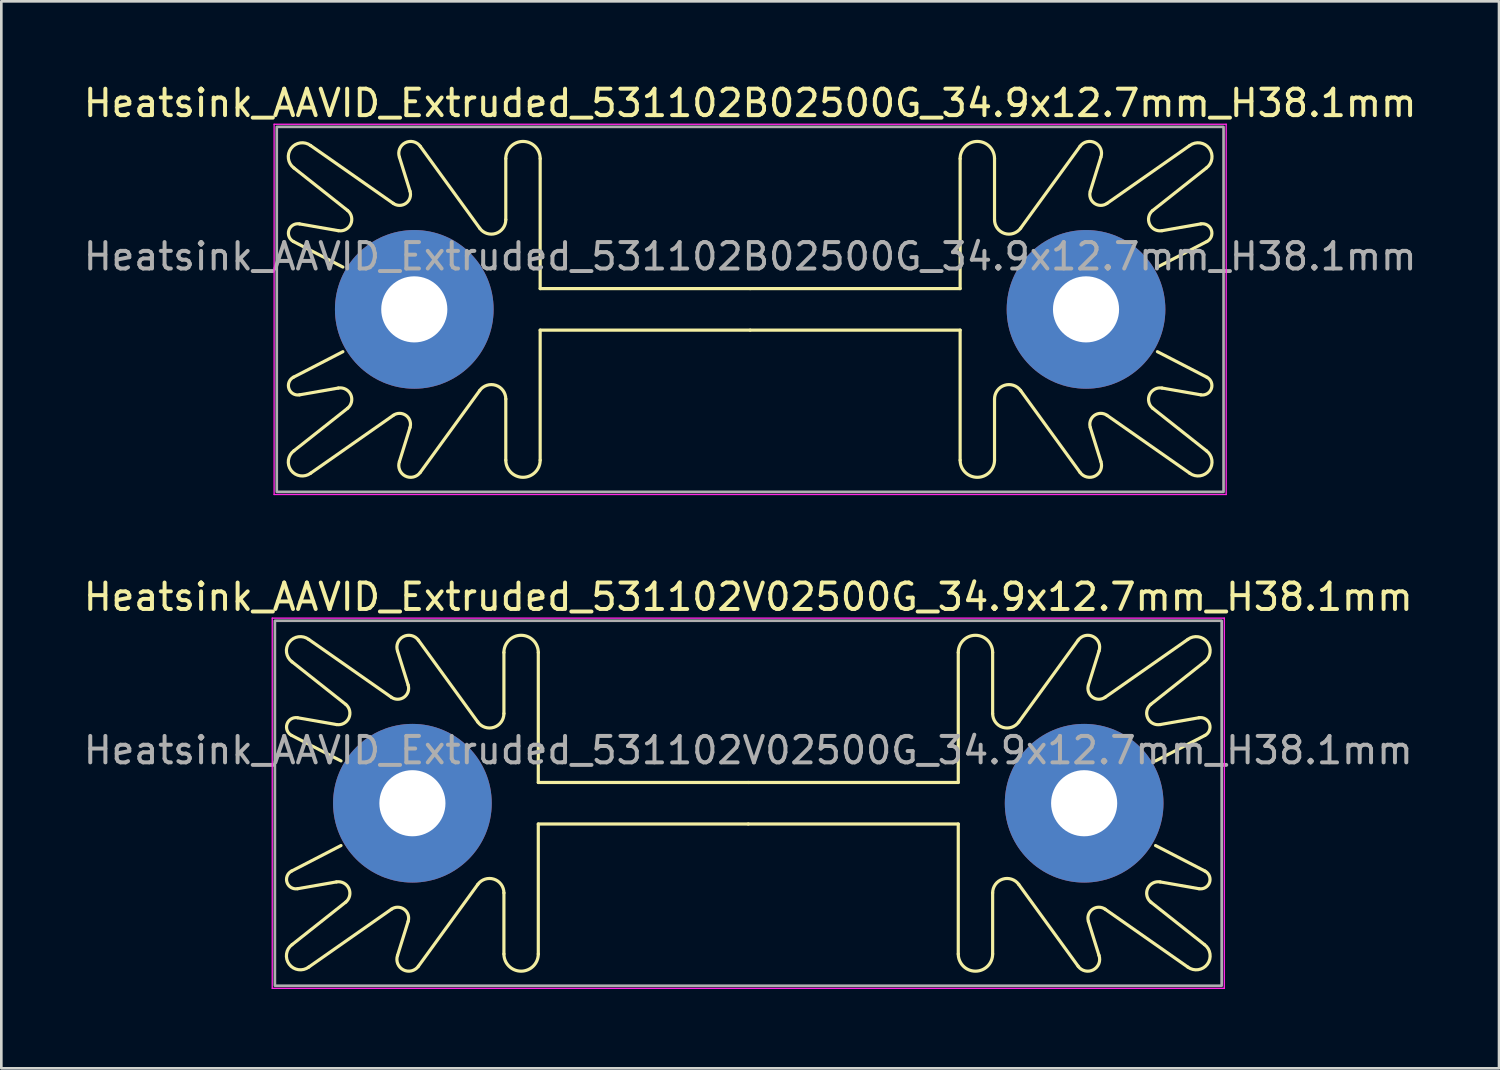
<source format=kicad_pcb>
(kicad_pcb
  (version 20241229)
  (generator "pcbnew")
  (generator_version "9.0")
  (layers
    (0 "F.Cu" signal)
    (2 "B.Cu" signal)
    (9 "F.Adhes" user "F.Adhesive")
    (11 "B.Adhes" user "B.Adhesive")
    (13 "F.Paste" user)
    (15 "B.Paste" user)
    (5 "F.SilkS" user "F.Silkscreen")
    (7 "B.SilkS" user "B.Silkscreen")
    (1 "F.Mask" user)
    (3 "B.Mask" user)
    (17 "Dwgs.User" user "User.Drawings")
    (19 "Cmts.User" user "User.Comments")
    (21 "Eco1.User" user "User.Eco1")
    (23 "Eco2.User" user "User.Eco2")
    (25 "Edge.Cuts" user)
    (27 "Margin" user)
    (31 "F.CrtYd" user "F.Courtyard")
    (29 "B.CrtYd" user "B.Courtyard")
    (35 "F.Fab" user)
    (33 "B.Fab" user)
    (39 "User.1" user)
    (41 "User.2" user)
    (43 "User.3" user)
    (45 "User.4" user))
  (footprint "Heatsink_AAVID_Extruded_531102B02500G_34.9x12.7mm_H38.1mm"
    (layer "F.Cu")
    (at 25.315 8.648)
    (property "Reference" "Heatsink_AAVID_Extruded_531102B02500G_34.9x12.7mm_H38.1mm" (at 0 -7.8 0) (layer "F.SilkS") (effects (font (size 1 1) (thickness 0.15))))
    (attr through_hole)
    (fp_line (start -17.251 -5.347) (end -15.22 -3.738) (stroke (width 0.12) (type default)) (layer "F.SilkS"))
    (fp_line (start -17.251 5.347) (end -15.22 3.738) (stroke (width 0.12) (type default)) (layer "F.SilkS"))
    (fp_line (start -17.041 -3.232) (end -15.573 -2.975) (stroke (width 0.12) (type default)) (layer "F.SilkS"))
    (fp_line (start -17.041 3.232) (end -15.573 2.975) (stroke (width 0.12) (type default)) (layer "F.SilkS"))
    (fp_line (start -16.62 -6.195) (end -13.494 -4.007) (stroke (width 0.12) (type default)) (layer "F.SilkS"))
    (fp_line (start -16.62 6.195) (end -13.494 4.007) (stroke (width 0.12) (type default)) (layer "F.SilkS"))
    (fp_line (start -15.4 -1.6) (end -17.269 -2.565) (stroke (width 0.12) (type default)) (layer "F.SilkS"))
    (fp_line (start -15.4 1.6) (end -17.269 2.565) (stroke (width 0.12) (type default)) (layer "F.SilkS"))
    (fp_line (start -13.262 -5.755) (end -12.861 -4.467) (stroke (width 0.12) (type default)) (layer "F.SilkS"))
    (fp_line (start -13.262 5.755) (end -12.861 4.467) (stroke (width 0.12) (type default)) (layer "F.SilkS"))
    (fp_line (start -12.474 -6.165) (end -10.227 -3.07) (stroke (width 0.12) (type default)) (layer "F.SilkS"))
    (fp_line (start -12.474 6.165) (end -10.227 3.07) (stroke (width 0.12) (type default)) (layer "F.SilkS"))
    (fp_line (start -9.24 -3.39) (end -9.24 -5.7) (stroke (width 0.12) (type default)) (layer "F.SilkS"))
    (fp_line (start -9.24 3.39) (end -9.24 5.7) (stroke (width 0.12) (type default)) (layer "F.SilkS"))
    (fp_line (start -7.94 -5.7) (end -7.94 -0.785) (stroke (width 0.12) (type default)) (layer "F.SilkS"))
    (fp_line (start -7.94 -0.785) (end 0 -0.785) (stroke (width 0.12) (type default)) (layer "F.SilkS"))
    (fp_line (start -7.94 0.785) (end 0 0.785) (stroke (width 0.12) (type default)) (layer "F.SilkS"))
    (fp_line (start -7.94 5.7) (end -7.94 0.785) (stroke (width 0.12) (type default)) (layer "F.SilkS"))
    (fp_line (start 7.94 -5.7) (end 7.94 -0.785) (stroke (width 0.12) (type default)) (layer "F.SilkS"))
    (fp_line (start 7.94 -0.785) (end 0 -0.785) (stroke (width 0.12) (type default)) (layer "F.SilkS"))
    (fp_line (start 7.94 0.785) (end 0 0.785) (stroke (width 0.12) (type default)) (layer "F.SilkS"))
    (fp_line (start 7.94 5.7) (end 7.94 0.785) (stroke (width 0.12) (type default)) (layer "F.SilkS"))
    (fp_line (start 9.24 -3.39) (end 9.24 -5.7) (stroke (width 0.12) (type default)) (layer "F.SilkS"))
    (fp_line (start 9.24 3.39) (end 9.24 5.7) (stroke (width 0.12) (type default)) (layer "F.SilkS"))
    (fp_line (start 12.474 -6.165) (end 10.227 -3.07) (stroke (width 0.12) (type default)) (layer "F.SilkS"))
    (fp_line (start 12.474 6.165) (end 10.227 3.07) (stroke (width 0.12) (type default)) (layer "F.SilkS"))
    (fp_line (start 13.262 -5.755) (end 12.861 -4.467) (stroke (width 0.12) (type default)) (layer "F.SilkS"))
    (fp_line (start 13.262 5.755) (end 12.861 4.467) (stroke (width 0.12) (type default)) (layer "F.SilkS"))
    (fp_line (start 15.4 -1.6) (end 17.269 -2.565) (stroke (width 0.12) (type default)) (layer "F.SilkS"))
    (fp_line (start 15.4 1.6) (end 17.269 2.565) (stroke (width 0.12) (type default)) (layer "F.SilkS"))
    (fp_line (start 16.62 -6.195) (end 13.494 -4.007) (stroke (width 0.12) (type default)) (layer "F.SilkS"))
    (fp_line (start 16.62 6.195) (end 13.494 4.007) (stroke (width 0.12) (type default)) (layer "F.SilkS"))
    (fp_line (start 17.041 -3.232) (end 15.573 -2.975) (stroke (width 0.12) (type default)) (layer "F.SilkS"))
    (fp_line (start 17.041 3.232) (end 15.573 2.975) (stroke (width 0.12) (type default)) (layer "F.SilkS"))
    (fp_line (start 17.251 -5.347) (end 15.22 -3.738) (stroke (width 0.12) (type default)) (layer "F.SilkS"))
    (fp_line (start 17.251 5.347) (end 15.22 3.738) (stroke (width 0.12) (type default)) (layer "F.SilkS"))
    (fp_arc (start -17.269214 -2.565036) (mid -17.440597 -2.996056) (end -17.041391 -3.232244) (stroke (width 0.12) (type default)) (layer "F.SilkS"))
    (fp_arc (start -17.251322 -5.347047) (mid -17.35513 -6.083544) (end -16.619722 -6.194806) (stroke (width 0.12) (type default)) (layer "F.SilkS"))
    (fp_arc (start -17.041391 3.232244) (mid -17.440597 2.996056) (end -17.269214 2.565036) (stroke (width 0.12) (type default)) (layer "F.SilkS"))
    (fp_arc (start -16.619722 6.194806) (mid -17.35513 6.083544) (end -17.251322 5.347047) (stroke (width 0.12) (type default)) (layer "F.SilkS"))
    (fp_arc (start -15.573285 2.975325) (mid -15.103475 3.221267) (end -15.220495 3.738486) (stroke (width 0.12) (type default)) (layer "F.SilkS"))
    (fp_arc (start -15.220495 -3.738486) (mid -15.103476 -3.221268) (end -15.573285 -2.975325) (stroke (width 0.12) (type default)) (layer "F.SilkS"))
    (fp_arc (start -13.494196 4.006938) (mid -13.013649 4.011159) (end -12.86112 4.466876) (stroke (width 0.12) (type default)) (layer "F.SilkS"))
    (fp_arc (start -13.262222 -5.754806) (mid -13.044559 -6.299541) (end -12.473631 -6.164803) (stroke (width 0.12) (type default)) (layer "F.SilkS"))
    (fp_arc (start -12.86112 -4.466876) (mid -13.013649 -4.011159) (end -13.494196 -4.006938) (stroke (width 0.12) (type default)) (layer "F.SilkS"))
    (fp_arc (start -12.473631 6.164803) (mid -13.044559 6.299541) (end -13.262222 5.754806) (stroke (width 0.12) (type default)) (layer "F.SilkS"))
    (fp_arc (start -10.227108 3.069551) (mid -9.617107 2.871094) (end -9.24 3.390015) (stroke (width 0.12) (type default)) (layer "F.SilkS"))
    (fp_arc (start -9.24 -5.700005) (mid -8.589998 -6.34999) (end -7.94 -5.7) (stroke (width 0.12) (type default)) (layer "F.SilkS"))
    (fp_arc (start -9.24 -3.390015) (mid -9.617106 -2.871091) (end -10.227108 -3.069551) (stroke (width 0.12) (type default)) (layer "F.SilkS"))
    (fp_arc (start -7.94 5.7) (mid -8.589998 6.34999) (end -9.24 5.700005) (stroke (width 0.12) (type default)) (layer "F.SilkS"))
    (fp_arc (start 7.94 -5.7) (mid 8.589997 -6.35) (end 9.24 -5.700005) (stroke (width 0.12) (type default)) (layer "F.SilkS"))
    (fp_arc (start 9.24 3.390015) (mid 9.617118 2.871065) (end 10.227108 3.069551) (stroke (width 0.12) (type default)) (layer "F.SilkS"))
    (fp_arc (start 9.24 5.700005) (mid 8.589998 6.35) (end 7.94 5.7) (stroke (width 0.12) (type default)) (layer "F.SilkS"))
    (fp_arc (start 10.227108 -3.069551) (mid 9.617136 -2.87112) (end 9.24 -3.390015) (stroke (width 0.12) (type default)) (layer "F.SilkS"))
    (fp_arc (start 12.473631 -6.164803) (mid 13.044573 -6.29957) (end 13.262222 -5.754806) (stroke (width 0.12) (type default)) (layer "F.SilkS"))
    (fp_arc (start 12.86112 4.466876) (mid 13.013648 4.011156) (end 13.494196 4.006938) (stroke (width 0.12) (type default)) (layer "F.SilkS"))
    (fp_arc (start 13.262222 5.754806) (mid 13.044557 6.299538) (end 12.473631 6.164803) (stroke (width 0.12) (type default)) (layer "F.SilkS"))
    (fp_arc (start 13.494196 -4.006938) (mid 13.013654 -4.011181) (end 12.86112 -4.466876) (stroke (width 0.12) (type default)) (layer "F.SilkS"))
    (fp_arc (start 15.220495 3.738486) (mid 15.103486 3.221284) (end 15.573285 2.975325) (stroke (width 0.12) (type default)) (layer "F.SilkS"))
    (fp_arc (start 15.573285 -2.975325) (mid 15.103462 -3.221272) (end 15.220495 -3.738486) (stroke (width 0.12) (type default)) (layer "F.SilkS"))
    (fp_arc (start 16.619722 -6.194806) (mid 17.355106 -6.08352) (end 17.251322 -5.347047) (stroke (width 0.12) (type default)) (layer "F.SilkS"))
    (fp_arc (start 17.041391 -3.232244) (mid 17.440636 -2.99603) (end 17.269214 -2.565036) (stroke (width 0.12) (type default)) (layer "F.SilkS"))
    (fp_arc (start 17.251322 5.347047) (mid 17.355097 6.083513) (end 16.619722 6.194806) (stroke (width 0.12) (type default)) (layer "F.SilkS"))
    (fp_arc (start 17.269214 2.565036) (mid 17.440597 2.996059) (end 17.041391 3.232244) (stroke (width 0.12) (type default)) (layer "F.SilkS"))
    (fp_line (start -18 -7) (end -18 7) (stroke (width 0.05) (type solid)) (layer "F.CrtYd"))
    (fp_line (start -18 -7) (end 18 -7) (stroke (width 0.05) (type solid)) (layer "F.CrtYd"))
    (fp_line (start 18 7) (end -18 7) (stroke (width 0.05) (type solid)) (layer "F.CrtYd"))
    (fp_line (start 18 7) (end 18 -7) (stroke (width 0.05) (type solid)) (layer "F.CrtYd"))
    (fp_rect (start -17.9 -6.9) (end 17.9 6.9) (stroke (width 0.1) (type default)) (fill no) (layer "F.Fab"))
    (fp_text user "${REFERENCE}" (at 0 -2 0) (layer "F.Fab") (effects (font (size 1 1) (thickness 0.15))))
    (pad "1" thru_hole circle (at -12.7 0) (size 6 6) (drill 2.5) (layers "*.Cu" "*.Mask"))
    (pad "1" thru_hole circle (at 12.7 0) (size 6 6) (drill 2.5) (layers "*.Cu" "*.Mask")))
  (footprint "Heatsink_AAVID_Extruded_531102V02500G_34.9x12.7mm_H38.1mm"
    (layer "F.Cu")
    (at 25.244 27.322)
    (property "Reference" "Heatsink_AAVID_Extruded_531102V02500G_34.9x12.7mm_H38.1mm" (at 0 -7.8 0) (layer "F.SilkS") (effects (font (size 1 1) (thickness 0.15))))
    (attr through_hole)
    (fp_line (start -17.251 -5.347) (end -15.22 -3.738) (stroke (width 0.12) (type default)) (layer "F.SilkS"))
    (fp_line (start -17.251 5.347) (end -15.22 3.738) (stroke (width 0.12) (type default)) (layer "F.SilkS"))
    (fp_line (start -17.041 -3.232) (end -15.573 -2.975) (stroke (width 0.12) (type default)) (layer "F.SilkS"))
    (fp_line (start -17.041 3.232) (end -15.573 2.975) (stroke (width 0.12) (type default)) (layer "F.SilkS"))
    (fp_line (start -16.62 -6.195) (end -13.494 -4.007) (stroke (width 0.12) (type default)) (layer "F.SilkS"))
    (fp_line (start -16.62 6.195) (end -13.494 4.007) (stroke (width 0.12) (type default)) (layer "F.SilkS"))
    (fp_line (start -15.4 -1.6) (end -17.269 -2.565) (stroke (width 0.12) (type default)) (layer "F.SilkS"))
    (fp_line (start -15.4 1.6) (end -17.269 2.565) (stroke (width 0.12) (type default)) (layer "F.SilkS"))
    (fp_line (start -13.262 -5.755) (end -12.861 -4.467) (stroke (width 0.12) (type default)) (layer "F.SilkS"))
    (fp_line (start -13.262 5.755) (end -12.861 4.467) (stroke (width 0.12) (type default)) (layer "F.SilkS"))
    (fp_line (start -12.474 -6.165) (end -10.227 -3.07) (stroke (width 0.12) (type default)) (layer "F.SilkS"))
    (fp_line (start -12.474 6.165) (end -10.227 3.07) (stroke (width 0.12) (type default)) (layer "F.SilkS"))
    (fp_line (start -9.24 -3.39) (end -9.24 -5.7) (stroke (width 0.12) (type default)) (layer "F.SilkS"))
    (fp_line (start -9.24 3.39) (end -9.24 5.7) (stroke (width 0.12) (type default)) (layer "F.SilkS"))
    (fp_line (start -7.94 -5.7) (end -7.94 -0.785) (stroke (width 0.12) (type default)) (layer "F.SilkS"))
    (fp_line (start -7.94 -0.785) (end 0 -0.785) (stroke (width 0.12) (type default)) (layer "F.SilkS"))
    (fp_line (start -7.94 0.785) (end 0 0.785) (stroke (width 0.12) (type default)) (layer "F.SilkS"))
    (fp_line (start -7.94 5.7) (end -7.94 0.785) (stroke (width 0.12) (type default)) (layer "F.SilkS"))
    (fp_line (start 7.94 -5.7) (end 7.94 -0.785) (stroke (width 0.12) (type default)) (layer "F.SilkS"))
    (fp_line (start 7.94 -0.785) (end 0 -0.785) (stroke (width 0.12) (type default)) (layer "F.SilkS"))
    (fp_line (start 7.94 0.785) (end 0 0.785) (stroke (width 0.12) (type default)) (layer "F.SilkS"))
    (fp_line (start 7.94 5.7) (end 7.94 0.785) (stroke (width 0.12) (type default)) (layer "F.SilkS"))
    (fp_line (start 9.24 -3.39) (end 9.24 -5.7) (stroke (width 0.12) (type default)) (layer "F.SilkS"))
    (fp_line (start 9.24 3.39) (end 9.24 5.7) (stroke (width 0.12) (type default)) (layer "F.SilkS"))
    (fp_line (start 12.474 -6.165) (end 10.227 -3.07) (stroke (width 0.12) (type default)) (layer "F.SilkS"))
    (fp_line (start 12.474 6.165) (end 10.227 3.07) (stroke (width 0.12) (type default)) (layer "F.SilkS"))
    (fp_line (start 13.262 -5.755) (end 12.861 -4.467) (stroke (width 0.12) (type default)) (layer "F.SilkS"))
    (fp_line (start 13.262 5.755) (end 12.861 4.467) (stroke (width 0.12) (type default)) (layer "F.SilkS"))
    (fp_line (start 15.4 -1.6) (end 17.269 -2.565) (stroke (width 0.12) (type default)) (layer "F.SilkS"))
    (fp_line (start 15.4 1.6) (end 17.269 2.565) (stroke (width 0.12) (type default)) (layer "F.SilkS"))
    (fp_line (start 16.62 -6.195) (end 13.494 -4.007) (stroke (width 0.12) (type default)) (layer "F.SilkS"))
    (fp_line (start 16.62 6.195) (end 13.494 4.007) (stroke (width 0.12) (type default)) (layer "F.SilkS"))
    (fp_line (start 17.041 -3.232) (end 15.573 -2.975) (stroke (width 0.12) (type default)) (layer "F.SilkS"))
    (fp_line (start 17.041 3.232) (end 15.573 2.975) (stroke (width 0.12) (type default)) (layer "F.SilkS"))
    (fp_line (start 17.251 -5.347) (end 15.22 -3.738) (stroke (width 0.12) (type default)) (layer "F.SilkS"))
    (fp_line (start 17.251 5.347) (end 15.22 3.738) (stroke (width 0.12) (type default)) (layer "F.SilkS"))
    (fp_arc (start -17.269214 -2.565036) (mid -17.440597 -2.996056) (end -17.041391 -3.232244) (stroke (width 0.12) (type default)) (layer "F.SilkS"))
    (fp_arc (start -17.251322 -5.347047) (mid -17.35513 -6.083544) (end -16.619722 -6.194806) (stroke (width 0.12) (type default)) (layer "F.SilkS"))
    (fp_arc (start -17.041391 3.232244) (mid -17.440597 2.996056) (end -17.269214 2.565036) (stroke (width 0.12) (type default)) (layer "F.SilkS"))
    (fp_arc (start -16.619722 6.194806) (mid -17.35513 6.083544) (end -17.251322 5.347047) (stroke (width 0.12) (type default)) (layer "F.SilkS"))
    (fp_arc (start -15.573285 2.975325) (mid -15.103475 3.221267) (end -15.220495 3.738486) (stroke (width 0.12) (type default)) (layer "F.SilkS"))
    (fp_arc (start -15.220495 -3.738486) (mid -15.103476 -3.221268) (end -15.573285 -2.975325) (stroke (width 0.12) (type default)) (layer "F.SilkS"))
    (fp_arc (start -13.494196 4.006938) (mid -13.013649 4.011159) (end -12.86112 4.466876) (stroke (width 0.12) (type default)) (layer "F.SilkS"))
    (fp_arc (start -13.262222 -5.754806) (mid -13.044559 -6.299541) (end -12.473631 -6.164803) (stroke (width 0.12) (type default)) (layer "F.SilkS"))
    (fp_arc (start -12.86112 -4.466876) (mid -13.013649 -4.011159) (end -13.494196 -4.006938) (stroke (width 0.12) (type default)) (layer "F.SilkS"))
    (fp_arc (start -12.473631 6.164803) (mid -13.044559 6.299541) (end -13.262222 5.754806) (stroke (width 0.12) (type default)) (layer "F.SilkS"))
    (fp_arc (start -10.227108 3.069551) (mid -9.617107 2.871094) (end -9.24 3.390015) (stroke (width 0.12) (type default)) (layer "F.SilkS"))
    (fp_arc (start -9.24 -5.700005) (mid -8.589998 -6.34999) (end -7.94 -5.7) (stroke (width 0.12) (type default)) (layer "F.SilkS"))
    (fp_arc (start -9.24 -3.390015) (mid -9.617106 -2.871091) (end -10.227108 -3.069551) (stroke (width 0.12) (type default)) (layer "F.SilkS"))
    (fp_arc (start -7.94 5.7) (mid -8.589998 6.34999) (end -9.24 5.700005) (stroke (width 0.12) (type default)) (layer "F.SilkS"))
    (fp_arc (start 7.94 -5.7) (mid 8.589997 -6.35) (end 9.24 -5.700005) (stroke (width 0.12) (type default)) (layer "F.SilkS"))
    (fp_arc (start 9.24 3.390015) (mid 9.617118 2.871065) (end 10.227108 3.069551) (stroke (width 0.12) (type default)) (layer "F.SilkS"))
    (fp_arc (start 9.24 5.700005) (mid 8.589998 6.35) (end 7.94 5.7) (stroke (width 0.12) (type default)) (layer "F.SilkS"))
    (fp_arc (start 10.227108 -3.069551) (mid 9.617136 -2.87112) (end 9.24 -3.390015) (stroke (width 0.12) (type default)) (layer "F.SilkS"))
    (fp_arc (start 12.473631 -6.164803) (mid 13.044573 -6.29957) (end 13.262222 -5.754806) (stroke (width 0.12) (type default)) (layer "F.SilkS"))
    (fp_arc (start 12.86112 4.466876) (mid 13.013648 4.011156) (end 13.494196 4.006938) (stroke (width 0.12) (type default)) (layer "F.SilkS"))
    (fp_arc (start 13.262222 5.754806) (mid 13.044557 6.299538) (end 12.473631 6.164803) (stroke (width 0.12) (type default)) (layer "F.SilkS"))
    (fp_arc (start 13.494196 -4.006938) (mid 13.013654 -4.011181) (end 12.86112 -4.466876) (stroke (width 0.12) (type default)) (layer "F.SilkS"))
    (fp_arc (start 15.220495 3.738486) (mid 15.103486 3.221284) (end 15.573285 2.975325) (stroke (width 0.12) (type default)) (layer "F.SilkS"))
    (fp_arc (start 15.573285 -2.975325) (mid 15.103462 -3.221272) (end 15.220495 -3.738486) (stroke (width 0.12) (type default)) (layer "F.SilkS"))
    (fp_arc (start 16.619722 -6.194806) (mid 17.355106 -6.08352) (end 17.251322 -5.347047) (stroke (width 0.12) (type default)) (layer "F.SilkS"))
    (fp_arc (start 17.041391 -3.232244) (mid 17.440636 -2.99603) (end 17.269214 -2.565036) (stroke (width 0.12) (type default)) (layer "F.SilkS"))
    (fp_arc (start 17.251322 5.347047) (mid 17.355097 6.083513) (end 16.619722 6.194806) (stroke (width 0.12) (type default)) (layer "F.SilkS"))
    (fp_arc (start 17.269214 2.565036) (mid 17.440597 2.996059) (end 17.041391 3.232244) (stroke (width 0.12) (type default)) (layer "F.SilkS"))
    (fp_line (start -18 -7) (end -18 7) (stroke (width 0.05) (type solid)) (layer "F.CrtYd"))
    (fp_line (start -18 -7) (end 18 -7) (stroke (width 0.05) (type solid)) (layer "F.CrtYd"))
    (fp_line (start 18 7) (end -18 7) (stroke (width 0.05) (type solid)) (layer "F.CrtYd"))
    (fp_line (start 18 7) (end 18 -7) (stroke (width 0.05) (type solid)) (layer "F.CrtYd"))
    (fp_rect (start -17.9 -6.9) (end 17.9 6.9) (stroke (width 0.1) (type default)) (fill no) (layer "F.Fab"))
    (fp_text user "${REFERENCE}" (at 0 -2 0) (layer "F.Fab") (effects (font (size 1 1) (thickness 0.15))))
    (pad "1" thru_hole circle (at -12.7 0) (size 6 6) (drill 2.5) (layers "*.Cu" "*.Mask"))
    (pad "1" thru_hole circle (at 12.7 0) (size 6 6) (drill 2.5) (layers "*.Cu" "*.Mask")))
  (gr_rect
    (start -3 -3)
    (end 53.631 37.346)
    (stroke (width 0.1) (type default))
    (fill no)
    (layer "Edge.Cuts")))
</source>
